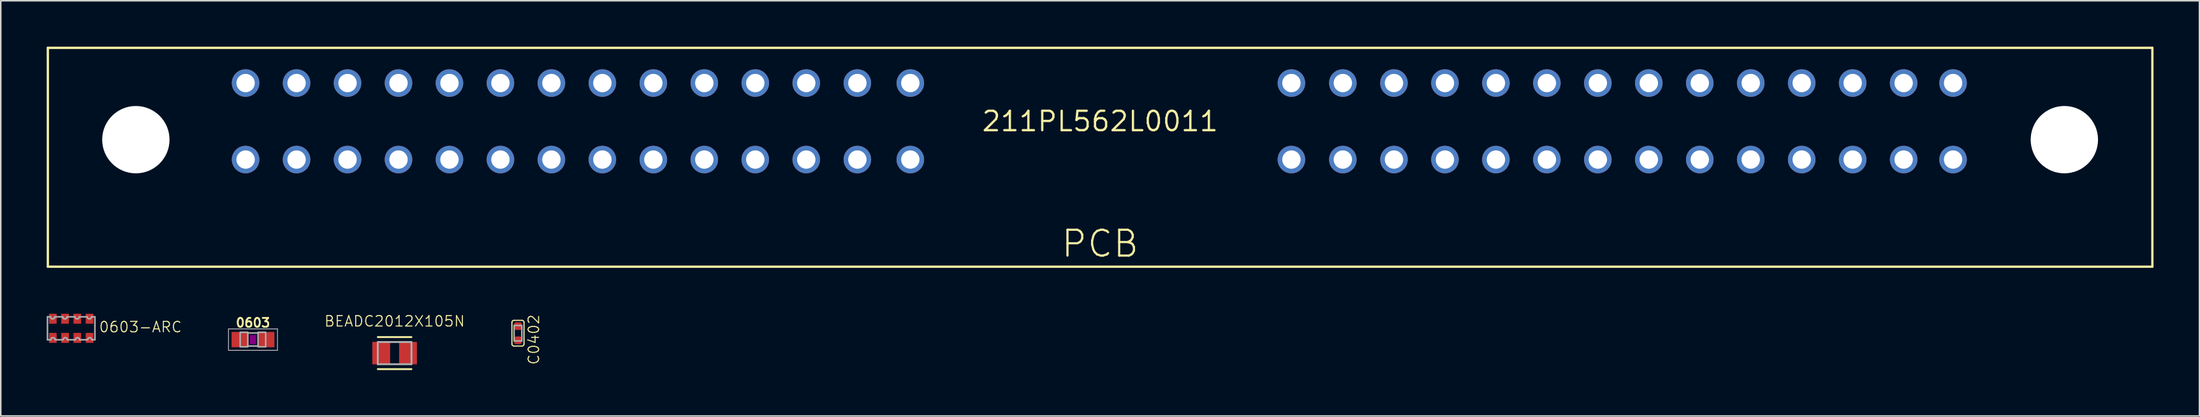
<source format=kicad_pcb>
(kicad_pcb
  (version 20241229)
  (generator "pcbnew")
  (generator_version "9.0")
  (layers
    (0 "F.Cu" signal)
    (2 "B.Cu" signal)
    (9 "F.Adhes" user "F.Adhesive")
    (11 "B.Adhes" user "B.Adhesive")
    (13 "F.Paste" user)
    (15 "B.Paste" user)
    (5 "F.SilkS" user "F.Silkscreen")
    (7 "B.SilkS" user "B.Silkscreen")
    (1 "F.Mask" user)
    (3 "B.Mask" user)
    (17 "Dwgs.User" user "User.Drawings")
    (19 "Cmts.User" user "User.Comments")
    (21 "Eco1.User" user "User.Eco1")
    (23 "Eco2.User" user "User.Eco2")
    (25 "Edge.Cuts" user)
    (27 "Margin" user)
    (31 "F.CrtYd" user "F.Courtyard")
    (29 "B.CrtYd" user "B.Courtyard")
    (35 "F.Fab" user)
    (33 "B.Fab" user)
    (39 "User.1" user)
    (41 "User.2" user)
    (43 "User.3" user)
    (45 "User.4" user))
  (footprint "BEADC2012X105N"
    (layer "F.Cu")
    (at 22.732 20.023)
    (property "Reference" "BEADC2012X105N" (at -0.000003 -1.682 0) (layer "F.SilkS") (effects (font (size 0.684 0.684) (thickness 0.068)) (justify bottom)))
    (attr through_hole)
    (fp_line (start 1.1 -1.047) (end -1.1 -1.047) (stroke (width 0.12) (type solid)) (layer "F.SilkS"))
    (fp_line (start 1.1 1.047) (end -1.1 1.047) (stroke (width 0.12) (type solid)) (layer "F.SilkS"))
    (fp_line (start -1.1 -0.725) (end 1.1 -0.725) (stroke (width 0.12) (type solid)) (layer "F.Fab"))
    (fp_line (start -1.1 0.725) (end -1.1 -0.725) (stroke (width 0.12) (type solid)) (layer "F.Fab"))
    (fp_line (start 1.1 -0.725) (end 1.1 0.725) (stroke (width 0.12) (type solid)) (layer "F.Fab"))
    (fp_line (start 1.1 0.725) (end -1.1 0.725) (stroke (width 0.12) (type solid)) (layer "F.Fab"))
    (pad "1" smd rect (at -0.875 0) (size 1.165 1.465) (layers "F.Cu" "F.Mask" "F.Paste"))
    (pad "2" smd rect (at 0.875 0) (size 1.165 1.465) (layers "F.Cu" "F.Mask" "F.Paste")))
  (footprint "0603"
    (layer "F.Cu")
    (at 13.479 19.141)
    (property "Reference" "0603" (at 0 -0.762 180) (layer "F.SilkS") (effects (font (size 0.579 0.579) (thickness 0.116)) (justify bottom)))
    (attr through_hole)
    (fp_poly (pts (xy -0.2 0.3) (xy 0.2 0.3) (xy 0.2 -0.3) (xy -0.2 -0.3)) (stroke (width 0) (type solid)) (fill yes) (layer "F.Adhes"))
    (fp_line (start -1.6 -0.7) (end 1.6 -0.7) (stroke (width 0.051) (type solid)) (layer "Dwgs.User"))
    (fp_line (start -1.6 0.7) (end -1.6 -0.7) (stroke (width 0.051) (type solid)) (layer "Dwgs.User"))
    (fp_line (start 1.6 -0.7) (end 1.6 0.7) (stroke (width 0.051) (type solid)) (layer "Dwgs.User"))
    (fp_line (start 1.6 0.7) (end -1.6 0.7) (stroke (width 0.051) (type solid)) (layer "Dwgs.User"))
    (fp_line (start -0.356 -0.432) (end 0.356 -0.432) (stroke (width 0.102) (type solid)) (layer "F.Fab"))
    (fp_line (start -0.356 0.419) (end 0.356 0.419) (stroke (width 0.102) (type solid)) (layer "F.Fab"))
    (fp_poly (pts (xy -0.838 0.47) (xy -0.338 0.47) (xy -0.338 -0.48) (xy -0.838 -0.48)) (stroke (width 0.1) (type solid)) (fill no) (layer "F.Fab"))
    (fp_poly (pts (xy 0.33 0.47) (xy 0.83 0.47) (xy 0.83 -0.48) (xy 0.33 -0.48)) (stroke (width 0.1) (type solid)) (fill no) (layer "F.Fab"))
    (pad "1" smd rect (at -0.85 0) (size 1.1 1) (layers "F.Cu" "F.Mask" "F.Paste"))
    (pad "2" smd rect (at 0.85 0) (size 1.1 1) (layers "F.Cu" "F.Mask" "F.Paste")))
  (footprint "211PL562L0011"
    (layer "F.Cu")
    (at 68.826 4.876)
    (property "Reference" "211PL562L0011" (at 0 0 0) (layer "F.SilkS") (effects (font (size 1.27 1.27) (thickness 0.15))))
    (attr through_hole)
    (fp_line (start -68.75 -4.8) (end -68.75 9.5) (stroke (width 0.152) (type solid)) (layer "F.SilkS"))
    (fp_line (start -68.75 9.5) (end 68.75 9.5) (stroke (width 0.152) (type solid)) (layer "F.SilkS"))
    (fp_line (start 68.75 -4.8) (end -68.75 -4.8) (stroke (width 0.152) (type solid)) (layer "F.SilkS"))
    (fp_line (start 68.75 9.5) (end 68.75 -4.8) (stroke (width 0.152) (type solid)) (layer "F.SilkS"))
    (fp_circle (center -63 1.2) (end -61.008 1.2) (stroke (width 0.005) (type solid)) (fill no) (layer "Dwgs.User"))
    (fp_circle (center 63 1.2) (end 64.992 1.2) (stroke (width 0.005) (type solid)) (fill no) (layer "Dwgs.User"))
    (fp_text user "PCB" (at 0 8 0) (layer "F.SilkS") (effects (font (size 1.689 1.689) (thickness 0.142))))
    (pad "" np_thru_hole circle (at -63 1.2) (size 4.4 4.4) (drill 4.4) (layers "*.Cu" "*.Mask"))
    (pad "" np_thru_hole circle (at 63 1.2) (size 4.4 4.4) (drill 4.4) (layers "*.Cu" "*.Mask"))
    (pad "P1" thru_hole circle (at -55.83 2.5) (size 1.8 1.8) (drill 1.2) (layers "*.Cu" "*.Mask"))
    (pad "P2" thru_hole circle (at -52.5 2.5) (size 1.8 1.8) (drill 1.2) (layers "*.Cu" "*.Mask"))
    (pad "P3" thru_hole circle (at -49.17 2.5) (size 1.8 1.8) (drill 1.2) (layers "*.Cu" "*.Mask"))
    (pad "P4" thru_hole circle (at -45.84 2.5) (size 1.8 1.8) (drill 1.2) (layers "*.Cu" "*.Mask"))
    (pad "P5" thru_hole circle (at -42.51 2.5) (size 1.8 1.8) (drill 1.2) (layers "*.Cu" "*.Mask"))
    (pad "P6" thru_hole circle (at -39.18 2.5) (size 1.8 1.8) (drill 1.2) (layers "*.Cu" "*.Mask"))
    (pad "P7" thru_hole circle (at -35.85 2.5) (size 1.8 1.8) (drill 1.2) (layers "*.Cu" "*.Mask"))
    (pad "P8" thru_hole circle (at -32.52 2.5) (size 1.8 1.8) (drill 1.2) (layers "*.Cu" "*.Mask"))
    (pad "P9" thru_hole circle (at -29.19 2.5) (size 1.8 1.8) (drill 1.2) (layers "*.Cu" "*.Mask"))
    (pad "P10" thru_hole circle (at -25.86 2.5) (size 1.8 1.8) (drill 1.2) (layers "*.Cu" "*.Mask"))
    (pad "P11" thru_hole circle (at -22.53 2.5) (size 1.8 1.8) (drill 1.2) (layers "*.Cu" "*.Mask"))
    (pad "P12" thru_hole circle (at -19.2 2.5) (size 1.8 1.8) (drill 1.2) (layers "*.Cu" "*.Mask"))
    (pad "P13" thru_hole circle (at -15.86 2.5) (size 1.8 1.8) (drill 1.2) (layers "*.Cu" "*.Mask"))
    (pad "P14" thru_hole circle (at -12.4 2.5) (size 1.8 1.8) (drill 1.2) (layers "*.Cu" "*.Mask"))
    (pad "P15" thru_hole circle (at -12.4 -2.5) (size 1.8 1.8) (drill 1.2) (layers "*.Cu" "*.Mask"))
    (pad "P16" thru_hole circle (at -15.86 -2.5) (size 1.8 1.8) (drill 1.2) (layers "*.Cu" "*.Mask"))
    (pad "P17" thru_hole circle (at -19.2 -2.5) (size 1.8 1.8) (drill 1.2) (layers "*.Cu" "*.Mask"))
    (pad "P18" thru_hole circle (at -22.53 -2.5) (size 1.8 1.8) (drill 1.2) (layers "*.Cu" "*.Mask"))
    (pad "P19" thru_hole circle (at -25.86 -2.5) (size 1.8 1.8) (drill 1.2) (layers "*.Cu" "*.Mask"))
    (pad "P20" thru_hole circle (at -29.19 -2.5) (size 1.8 1.8) (drill 1.2) (layers "*.Cu" "*.Mask"))
    (pad "P21" thru_hole circle (at -32.52 -2.5) (size 1.8 1.8) (drill 1.2) (layers "*.Cu" "*.Mask"))
    (pad "P22" thru_hole circle (at -35.85 -2.5) (size 1.8 1.8) (drill 1.2) (layers "*.Cu" "*.Mask"))
    (pad "P23" thru_hole circle (at -39.18 -2.5) (size 1.8 1.8) (drill 1.2) (layers "*.Cu" "*.Mask"))
    (pad "P24" thru_hole circle (at -42.51 -2.5) (size 1.8 1.8) (drill 1.2) (layers "*.Cu" "*.Mask"))
    (pad "P25" thru_hole circle (at -45.84 -2.5) (size 1.8 1.8) (drill 1.2) (layers "*.Cu" "*.Mask"))
    (pad "P26" thru_hole circle (at -49.17 -2.5) (size 1.8 1.8) (drill 1.2) (layers "*.Cu" "*.Mask"))
    (pad "P27" thru_hole circle (at -52.5 -2.5) (size 1.8 1.8) (drill 1.2) (layers "*.Cu" "*.Mask"))
    (pad "P28" thru_hole circle (at -55.83 -2.5) (size 1.8 1.8) (drill 1.2) (layers "*.Cu" "*.Mask"))
    (pad "P29" thru_hole circle (at 12.5 2.5) (size 1.8 1.8) (drill 1.2) (layers "*.Cu" "*.Mask"))
    (pad "P30" thru_hole circle (at 15.86 2.5) (size 1.8 1.8) (drill 1.2) (layers "*.Cu" "*.Mask"))
    (pad "P31" thru_hole circle (at 19.2 2.5) (size 1.8 1.8) (drill 1.2) (layers "*.Cu" "*.Mask"))
    (pad "P32" thru_hole circle (at 22.53 2.5) (size 1.8 1.8) (drill 1.2) (layers "*.Cu" "*.Mask"))
    (pad "P33" thru_hole circle (at 25.86 2.5) (size 1.8 1.8) (drill 1.2) (layers "*.Cu" "*.Mask"))
    (pad "P34" thru_hole circle (at 29.19 2.5) (size 1.8 1.8) (drill 1.2) (layers "*.Cu" "*.Mask"))
    (pad "P35" thru_hole circle (at 32.52 2.5) (size 1.8 1.8) (drill 1.2) (layers "*.Cu" "*.Mask"))
    (pad "P36" thru_hole circle (at 35.85 2.5) (size 1.8 1.8) (drill 1.2) (layers "*.Cu" "*.Mask"))
    (pad "P37" thru_hole circle (at 39.18 2.5) (size 1.8 1.8) (drill 1.2) (layers "*.Cu" "*.Mask"))
    (pad "P38" thru_hole circle (at 42.51 2.5) (size 1.8 1.8) (drill 1.2) (layers "*.Cu" "*.Mask"))
    (pad "P39" thru_hole circle (at 45.84 2.5) (size 1.8 1.8) (drill 1.2) (layers "*.Cu" "*.Mask"))
    (pad "P40" thru_hole circle (at 49.17 2.5) (size 1.8 1.8) (drill 1.2) (layers "*.Cu" "*.Mask"))
    (pad "P41" thru_hole circle (at 52.5 2.5) (size 1.8 1.8) (drill 1.2) (layers "*.Cu" "*.Mask"))
    (pad "P42" thru_hole circle (at 55.73 2.5) (size 1.8 1.8) (drill 1.2) (layers "*.Cu" "*.Mask"))
    (pad "P43" thru_hole circle (at 55.73 -2.5) (size 1.8 1.8) (drill 1.2) (layers "*.Cu" "*.Mask"))
    (pad "P44" thru_hole circle (at 52.5 -2.5) (size 1.8 1.8) (drill 1.2) (layers "*.Cu" "*.Mask"))
    (pad "P45" thru_hole circle (at 49.17 -2.5) (size 1.8 1.8) (drill 1.2) (layers "*.Cu" "*.Mask"))
    (pad "P46" thru_hole circle (at 45.84 -2.5) (size 1.8 1.8) (drill 1.2) (layers "*.Cu" "*.Mask"))
    (pad "P47" thru_hole circle (at 42.51 -2.5) (size 1.8 1.8) (drill 1.2) (layers "*.Cu" "*.Mask"))
    (pad "P48" thru_hole circle (at 39.18 -2.5) (size 1.8 1.8) (drill 1.2) (layers "*.Cu" "*.Mask"))
    (pad "P49" thru_hole circle (at 35.85 -2.5) (size 1.8 1.8) (drill 1.2) (layers "*.Cu" "*.Mask"))
    (pad "P50" thru_hole circle (at 32.52 -2.5) (size 1.8 1.8) (drill 1.2) (layers "*.Cu" "*.Mask"))
    (pad "P51" thru_hole circle (at 29.19 -2.5) (size 1.8 1.8) (drill 1.2) (layers "*.Cu" "*.Mask"))
    (pad "P52" thru_hole circle (at 25.86 -2.5) (size 1.8 1.8) (drill 1.2) (layers "*.Cu" "*.Mask"))
    (pad "P53" thru_hole circle (at 22.53 -2.5) (size 1.8 1.8) (drill 1.2) (layers "*.Cu" "*.Mask"))
    (pad "P54" thru_hole circle (at 19.2 -2.5) (size 1.8 1.8) (drill 1.2) (layers "*.Cu" "*.Mask"))
    (pad "P55" thru_hole circle (at 15.86 -2.5) (size 1.8 1.8) (drill 1.2) (layers "*.Cu" "*.Mask"))
    (pad "P56" thru_hole circle (at 12.5 -2.5) (size 1.8 1.8) (drill 1.2) (layers "*.Cu" "*.Mask")))
  (footprint "0603-ARC"
    (layer "F.Cu")
    (at 1.601 18.402)
    (property "Reference" "0603-ARC" (at 1.778 0.318 180) (layer "F.SilkS") (effects (font (size 0.684 0.684) (thickness 0.068)) (justify left bottom)))
    (attr through_hole)
    (fp_line (start -1.55 -0.75) (end -1.35 -0.75) (stroke (width 0.102) (type solid)) (layer "F.Fab"))
    (fp_line (start -1.55 0.75) (end -1.55 -0.75) (stroke (width 0.102) (type solid)) (layer "F.Fab"))
    (fp_line (start -1.325 0.75) (end -1.55 0.75) (stroke (width 0.102) (type solid)) (layer "F.Fab"))
    (fp_line (start -1.075 -0.75) (end -0.55 -0.75) (stroke (width 0.102) (type solid)) (layer "F.Fab"))
    (fp_line (start -0.525 0.75) (end -1.05 0.75) (stroke (width 0.102) (type solid)) (layer "F.Fab"))
    (fp_line (start -0.275 -0.75) (end 0.25 -0.75) (stroke (width 0.102) (type solid)) (layer "F.Fab"))
    (fp_line (start 0.275 0.75) (end -0.25 0.75) (stroke (width 0.102) (type solid)) (layer "F.Fab"))
    (fp_line (start 0.525 -0.75) (end 1.05 -0.75) (stroke (width 0.102) (type solid)) (layer "F.Fab"))
    (fp_line (start 1.075 0.75) (end 0.55 0.75) (stroke (width 0.102) (type solid)) (layer "F.Fab"))
    (fp_line (start 1.325 -0.75) (end 1.55 -0.75) (stroke (width 0.102) (type solid)) (layer "F.Fab"))
    (fp_line (start 1.55 -0.75) (end 1.55 0.75) (stroke (width 0.102) (type solid)) (layer "F.Fab"))
    (fp_line (start 1.55 0.75) (end 1.35 0.75) (stroke (width 0.102) (type solid)) (layer "F.Fab"))
    (fp_arc (start -1.325 0.75) (mid -1.1875 0.6125) (end -1.05 0.75) (stroke (width 0.1016) (type solid)) (layer "F.Fab"))
    (fp_arc (start -1.075 -0.75) (mid -1.2125 -0.6125) (end -1.35 -0.75) (stroke (width 0.1016) (type solid)) (layer "F.Fab"))
    (fp_arc (start -0.525 0.75) (mid -0.3875 0.6125) (end -0.25 0.75) (stroke (width 0.1016) (type solid)) (layer "F.Fab"))
    (fp_arc (start -0.275 -0.75) (mid -0.4125 -0.6125) (end -0.55 -0.75) (stroke (width 0.1016) (type solid)) (layer "F.Fab"))
    (fp_arc (start 0.275 0.75) (mid 0.4125 0.6125) (end 0.55 0.75) (stroke (width 0.1016) (type solid)) (layer "F.Fab"))
    (fp_arc (start 0.525 -0.75) (mid 0.3875 -0.6125) (end 0.25 -0.75) (stroke (width 0.1016) (type solid)) (layer "F.Fab"))
    (fp_arc (start 1.075 0.75) (mid 1.2125 0.6125) (end 1.35 0.75) (stroke (width 0.1016) (type solid)) (layer "F.Fab"))
    (fp_arc (start 1.325 -0.75) (mid 1.1875 -0.6125) (end 1.05 -0.75) (stroke (width 0.1016) (type solid)) (layer "F.Fab"))
    (pad "1" smd rect (at -1.2 0.625) (size 0.5 0.65) (layers "F.Cu" "F.Mask" "F.Paste"))
    (pad "2" smd rect (at -0.4 0.625) (size 0.5 0.65) (layers "F.Cu" "F.Mask" "F.Paste"))
    (pad "3" smd rect (at 0.4 0.625) (size 0.5 0.65) (layers "F.Cu" "F.Mask" "F.Paste"))
    (pad "4" smd rect (at 1.2 0.625) (size 0.5 0.65) (layers "F.Cu" "F.Mask" "F.Paste"))
    (pad "5" smd rect (at 1.2 -0.625) (size 0.5 0.65) (layers "F.Cu" "F.Mask" "F.Paste"))
    (pad "6" smd rect (at 0.4 -0.625) (size 0.5 0.65) (layers "F.Cu" "F.Mask" "F.Paste"))
    (pad "7" smd rect (at -0.4 -0.625) (size 0.5 0.65) (layers "F.Cu" "F.Mask" "F.Paste"))
    (pad "8" smd rect (at -1.2 -0.625) (size 0.5 0.65) (layers "F.Cu" "F.Mask" "F.Paste")))
  (footprint "C0402"
    (layer "F.Cu")
    (at 30.791 18.722)
    (property "Reference" "C0402" (at 0.635 -1.27 270) (layer "F.SilkS") (effects (font (size 0.684 0.684) (thickness 0.068)) (justify right top)))
    (attr through_hole)
    (fp_line (start -0.395 0.712) (end -0.395 -0.712) (stroke (width 0.076) (type solid)) (layer "F.SilkS"))
    (fp_line (start -0.268 -0.839) (end 0.268 -0.839) (stroke (width 0.076) (type solid)) (layer "F.SilkS"))
    (fp_line (start 0.268 0.839) (end -0.268 0.839) (stroke (width 0.076) (type solid)) (layer "F.SilkS"))
    (fp_line (start 0.395 -0.712) (end 0.395 0.712) (stroke (width 0.076) (type solid)) (layer "F.SilkS"))
    (fp_arc (start -0.3945 -0.712) (mid -0.357303 -0.801803) (end -0.2675 -0.839) (stroke (width 0.0762) (type solid)) (layer "F.SilkS"))
    (fp_arc (start -0.2675 0.839) (mid -0.357303 0.801803) (end -0.3945 0.712) (stroke (width 0.0762) (type solid)) (layer "F.SilkS"))
    (fp_arc (start 0.2675 -0.839) (mid 0.357303 -0.801803) (end 0.3945 -0.712) (stroke (width 0.0762) (type solid)) (layer "F.SilkS"))
    (fp_arc (start 0.3945 0.712) (mid 0.357303 0.801803) (end 0.2675 0.839) (stroke (width 0.0762) (type solid)) (layer "F.SilkS"))
    (fp_poly (pts (xy 0.254 -0.508) (xy 0.254 0.508) (xy -0.254 0.508) (xy -0.254 -0.508)) (stroke (width 0.1) (type solid)) (fill no) (layer "F.Fab"))
    (pad "1" smd roundrect (at 0 -0.463 270) (size 0.5 0.5) (layers "F.Cu" "F.Mask" "F.Paste") (roundrect_rratio 0.25))
    (pad "2" smd roundrect (at 0 0.463 270) (size 0.5 0.5) (layers "F.Cu" "F.Mask" "F.Paste") (roundrect_rratio 0.25)))
  (gr_rect
    (start -3 -3)
    (end 140.652 24.13)
    (stroke (width 0.1) (type default))
    (fill no)
    (layer "Edge.Cuts")))
</source>
